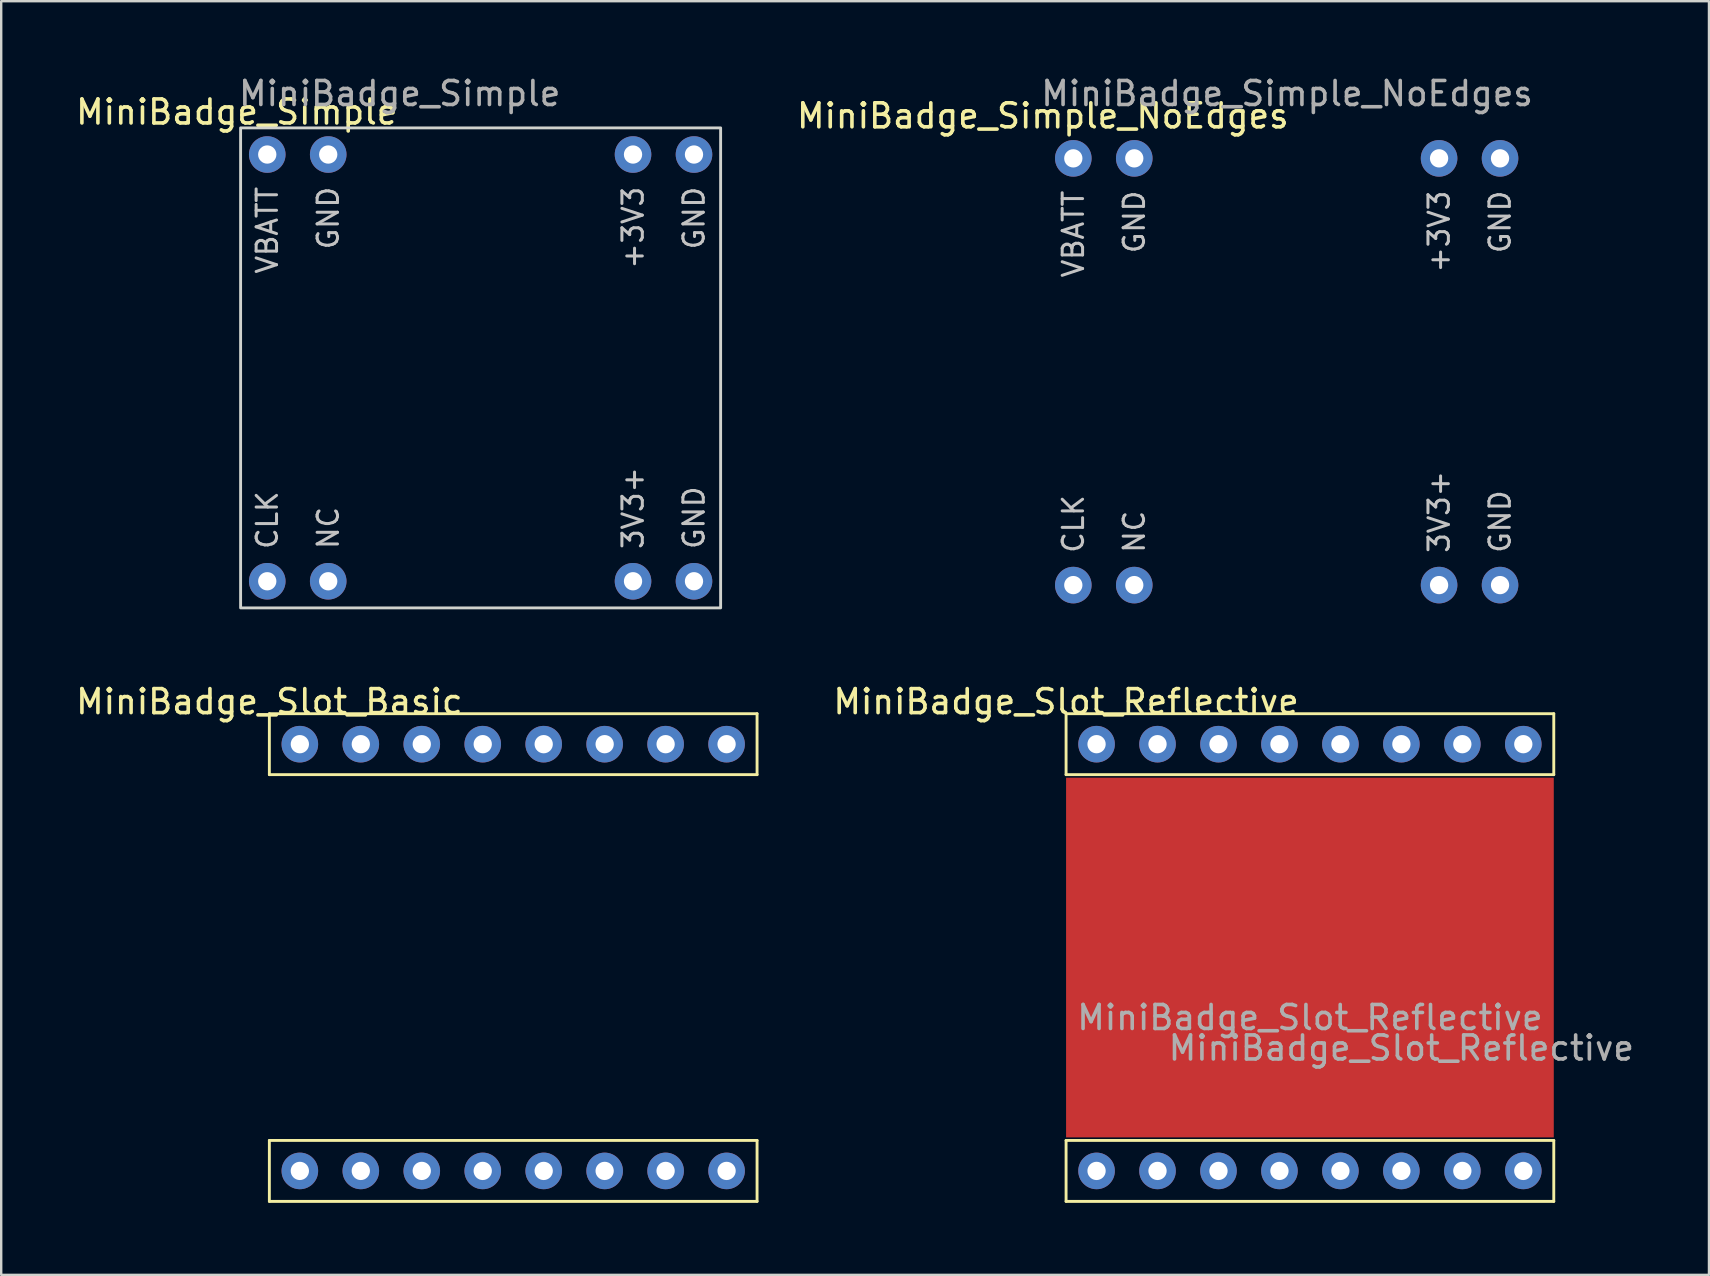
<source format=kicad_pcb>
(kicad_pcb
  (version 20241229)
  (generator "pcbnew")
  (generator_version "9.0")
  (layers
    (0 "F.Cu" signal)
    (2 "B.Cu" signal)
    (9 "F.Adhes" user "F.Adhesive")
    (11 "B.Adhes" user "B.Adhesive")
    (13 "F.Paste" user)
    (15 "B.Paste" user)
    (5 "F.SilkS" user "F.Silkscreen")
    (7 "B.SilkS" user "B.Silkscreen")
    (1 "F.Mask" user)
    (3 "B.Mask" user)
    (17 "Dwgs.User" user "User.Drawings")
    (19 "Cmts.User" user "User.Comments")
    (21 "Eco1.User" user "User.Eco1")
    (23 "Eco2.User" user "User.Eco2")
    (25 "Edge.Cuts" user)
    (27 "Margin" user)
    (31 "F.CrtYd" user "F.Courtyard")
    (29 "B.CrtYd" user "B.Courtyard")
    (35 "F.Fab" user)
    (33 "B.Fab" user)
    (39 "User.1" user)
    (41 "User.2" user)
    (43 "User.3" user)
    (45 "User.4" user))
  (footprint "MiniBadge_Slot_Basic"
    (layer "F.Cu")
    (at 8.173 26.686)
    (property "Reference" "MiniBadge_Slot_Basic" (at 0 -0.5 0) (unlocked yes) (layer "F.SilkS") (effects (font (size 1 1) (thickness 0.15))))
    (attr through_hole)
    (fp_line (start 0 0) (end 0 2.54) (stroke (width 0.12) (type solid)) (layer "F.SilkS"))
    (fp_line (start 0 2.54) (end 20.32 2.54) (stroke (width 0.12) (type solid)) (layer "F.SilkS"))
    (fp_line (start 0 17.78) (end 0 20.32) (stroke (width 0.12) (type solid)) (layer "F.SilkS"))
    (fp_line (start 0 20.32) (end 20.32 20.32) (stroke (width 0.12) (type solid)) (layer "F.SilkS"))
    (fp_line (start 20.32 0) (end 0 0) (stroke (width 0.12) (type solid)) (layer "F.SilkS"))
    (fp_line (start 20.32 2.54) (end 20.32 0) (stroke (width 0.12) (type solid)) (layer "F.SilkS"))
    (fp_line (start 20.32 17.78) (end 0 17.78) (stroke (width 0.12) (type solid)) (layer "F.SilkS"))
    (fp_line (start 20.32 20.32) (end 20.32 17.78) (stroke (width 0.12) (type solid)) (layer "F.SilkS"))
    (pad "1" thru_hole circle (at 1.27 1.27) (size 1.524 1.524) (drill 0.762) (layers "*.Cu" "*.Mask"))
    (pad "2" thru_hole circle (at 3.81 1.27) (size 1.524 1.524) (drill 0.762) (layers "*.Cu" "*.Mask"))
    (pad "3" thru_hole circle (at 6.35 1.27) (size 1.524 1.524) (drill 0.762) (layers "*.Cu" "*.Mask"))
    (pad "4" thru_hole circle (at 8.89 1.27) (size 1.524 1.524) (drill 0.762) (layers "*.Cu" "*.Mask"))
    (pad "5" thru_hole circle (at 11.43 1.27) (size 1.524 1.524) (drill 0.762) (layers "*.Cu" "*.Mask"))
    (pad "6" thru_hole circle (at 13.97 1.27) (size 1.524 1.524) (drill 0.762) (layers "*.Cu" "*.Mask"))
    (pad "7" thru_hole circle (at 16.51 1.27) (size 1.524 1.524) (drill 0.762) (layers "*.Cu" "*.Mask"))
    (pad "8" thru_hole circle (at 19.05 1.27) (size 1.524 1.524) (drill 0.762) (layers "*.Cu" "*.Mask"))
    (pad "9" thru_hole circle (at 1.27 19.05) (size 1.524 1.524) (drill 0.762) (layers "*.Cu" "*.Mask"))
    (pad "10" thru_hole circle (at 3.81 19.05) (size 1.524 1.524) (drill 0.762) (layers "*.Cu" "*.Mask"))
    (pad "11" thru_hole circle (at 6.35 19.05) (size 1.524 1.524) (drill 0.762) (layers "*.Cu" "*.Mask"))
    (pad "12" thru_hole circle (at 8.89 19.05) (size 1.524 1.524) (drill 0.762) (layers "*.Cu" "*.Mask"))
    (pad "13" thru_hole circle (at 11.43 19.05) (size 1.524 1.524) (drill 0.762) (layers "*.Cu" "*.Mask"))
    (pad "14" thru_hole circle (at 13.97 19.05) (size 1.524 1.524) (drill 0.762) (layers "*.Cu" "*.Mask"))
    (pad "15" thru_hole circle (at 16.51 19.05) (size 1.524 1.524) (drill 0.762) (layers "*.Cu" "*.Mask"))
    (pad "16" thru_hole circle (at 19.05 19.05) (size 1.524 1.524) (drill 0.762) (layers "*.Cu" "*.Mask")))
  (footprint "MiniBadge_Simple"
    (layer "F.Cu")
    (at 6.815 2.118)
    (property "Reference" "MiniBadge_Simple" (at 0 -0.5 0) (unlocked yes) (layer "F.SilkS") (effects (font (size 1 1) (thickness 0.15))))
    (attr through_hole)
    (fp_rect (start 20.16 20.16) (end 0.16 0.16) (stroke (width 0.12) (type solid)) (fill no) (layer "Edge.Cuts"))
    (fp_rect (start 20.16 20.16) (end 0.16 0.16) (stroke (width 0.12) (type solid)) (fill no) (layer "Margin"))
    (fp_text user "GND" (at 19.05 2.54 90) (unlocked yes) (layer "Dwgs.User") (effects (font (size 0.85 0.85) (thickness 0.125)) (justify right)))
    (fp_text user "NC" (at 3.81 17.78 90) (unlocked yes) (layer "Dwgs.User") (effects (font (size 0.85 0.85) (thickness 0.125)) (justify left)))
    (fp_text user "CLK" (at 1.27 17.78 90) (unlocked yes) (layer "Dwgs.User") (effects (font (size 0.85 0.85) (thickness 0.125)) (justify left)))
    (fp_text user "GND" (at 3.81 2.54 90) (unlocked yes) (layer "Dwgs.User") (effects (font (size 0.85 0.85) (thickness 0.125)) (justify right)))
    (fp_text user "VBATT" (at 1.27 2.54 90) (unlocked yes) (layer "Dwgs.User") (effects (font (size 0.85 0.85) (thickness 0.125)) (justify right)))
    (fp_text user "3V3+" (at 16.51 17.78 90) (unlocked yes) (layer "Dwgs.User") (effects (font (size 0.85 0.85) (thickness 0.125)) (justify left)))
    (fp_text user "+3V3" (at 16.51 2.54 90) (unlocked yes) (layer "Dwgs.User") (effects (font (size 0.85 0.85) (thickness 0.125)) (justify right)))
    (fp_text user "GND" (at 19.05 17.78 90) (unlocked yes) (layer "Dwgs.User") (effects (font (size 0.85 0.85) (thickness 0.125)) (justify left)))
    (fp_text user "${REFERENCE}" (at 0 -1.27 0) (unlocked yes) (layer "F.Fab") (effects (font (size 1 1) (thickness 0.15)) (justify left)))
    (pad "1" thru_hole circle (at 1.27 1.27) (size 1.524 1.524) (drill 0.762) (layers "*.Cu" "*.Mask"))
    (pad "2" thru_hole circle (at 3.81 1.27) (size 1.524 1.524) (drill 0.762) (layers "*.Cu" "*.Mask"))
    (pad "7" thru_hole circle (at 16.51 1.27) (size 1.524 1.524) (drill 0.762) (layers "*.Cu" "*.Mask"))
    (pad "8" thru_hole circle (at 19.05 1.27) (size 1.524 1.524) (drill 0.762) (layers "*.Cu" "*.Mask"))
    (pad "9" thru_hole circle (at 1.27 19.05) (size 1.524 1.524) (drill 0.762) (layers "*.Cu" "*.Mask"))
    (pad "10" thru_hole circle (at 3.81 19.05) (size 1.524 1.524) (drill 0.762) (layers "*.Cu" "*.Mask"))
    (pad "15" thru_hole circle (at 16.51 19.05) (size 1.524 1.524) (drill 0.762) (layers "*.Cu" "*.Mask"))
    (pad "16" thru_hole circle (at 19.05 19.05) (size 1.524 1.524) (drill 0.762) (layers "*.Cu" "*.Mask")))
  (footprint "MiniBadge_Simple_NoEdges"
    (layer "F.Cu")
    (at 40.399 2.278)
    (property "Reference" "MiniBadge_Simple_NoEdges" (at 0 -0.5 0) (unlocked yes) (layer "F.SilkS") (effects (font (size 1 1) (thickness 0.15))))
    (attr through_hole)
    (fp_text user "GND" (at 3.81 2.54 90) (unlocked yes) (layer "Dwgs.User") (effects (font (size 0.85 0.85) (thickness 0.125)) (justify right)))
    (fp_text user "CLK" (at 1.27 17.78 90) (unlocked yes) (layer "Dwgs.User") (effects (font (size 0.85 0.85) (thickness 0.125)) (justify left)))
    (fp_text user "GND" (at 19.05 17.78 90) (unlocked yes) (layer "Dwgs.User") (effects (font (size 0.85 0.85) (thickness 0.125)) (justify left)))
    (fp_text user "VBATT" (at 1.27 2.54 90) (unlocked yes) (layer "Dwgs.User") (effects (font (size 0.85 0.85) (thickness 0.125)) (justify right)))
    (fp_text user "+3V3" (at 16.51 2.54 90) (unlocked yes) (layer "Dwgs.User") (effects (font (size 0.85 0.85) (thickness 0.125)) (justify right)))
    (fp_text user "GND" (at 19.05 2.54 90) (unlocked yes) (layer "Dwgs.User") (effects (font (size 0.85 0.85) (thickness 0.125)) (justify right)))
    (fp_text user "3V3+" (at 16.51 17.78 90) (unlocked yes) (layer "Dwgs.User") (effects (font (size 0.85 0.85) (thickness 0.125)) (justify left)))
    (fp_text user "NC" (at 3.81 17.78 90) (unlocked yes) (layer "Dwgs.User") (effects (font (size 0.85 0.85) (thickness 0.125)) (justify left)))
    (fp_text user "${REFERENCE}" (at -0.16 -1.43 0) (unlocked yes) (layer "F.Fab") (effects (font (size 1 1) (thickness 0.15)) (justify left)))
    (pad "1" thru_hole circle (at 1.27 1.27) (size 1.524 1.524) (drill 0.762) (layers "*.Cu" "*.Mask"))
    (pad "2" thru_hole circle (at 3.81 1.27) (size 1.524 1.524) (drill 0.762) (layers "*.Cu" "*.Mask"))
    (pad "7" thru_hole circle (at 16.51 1.27) (size 1.524 1.524) (drill 0.762) (layers "*.Cu" "*.Mask"))
    (pad "8" thru_hole circle (at 19.05 1.27) (size 1.524 1.524) (drill 0.762) (layers "*.Cu" "*.Mask"))
    (pad "9" thru_hole circle (at 1.27 19.05) (size 1.524 1.524) (drill 0.762) (layers "*.Cu" "*.Mask"))
    (pad "10" thru_hole circle (at 3.81 19.05) (size 1.524 1.524) (drill 0.762) (layers "*.Cu" "*.Mask"))
    (pad "15" thru_hole circle (at 16.51 19.05) (size 1.524 1.524) (drill 0.762) (layers "*.Cu" "*.Mask"))
    (pad "16" thru_hole circle (at 19.05 19.05) (size 1.524 1.524) (drill 0.762) (layers "*.Cu" "*.Mask")))
  (footprint "MiniBadge_Slot_Reflective"
    (layer "F.Cu")
    (at 41.368 26.686)
    (property "Reference" "MiniBadge_Slot_Reflective" (at 0 -0.5 0) (unlocked yes) (layer "F.SilkS") (effects (font (size 1 1) (thickness 0.15))))
    (attr through_hole)
    (fp_rect (start 0 2.667) (end 20.32 17.653) (stroke (width 0) (type solid)) (fill yes) (layer "F.Cu"))
    (fp_rect (start 0 2.667) (end 20.32 17.653) (stroke (width 0) (type solid)) (fill yes) (layer "F.Mask"))
    (fp_line (start 0 0) (end 0 2.54) (stroke (width 0.12) (type solid)) (layer "F.SilkS"))
    (fp_line (start 0 2.54) (end 20.32 2.54) (stroke (width 0.12) (type solid)) (layer "F.SilkS"))
    (fp_line (start 0 17.78) (end 0 20.32) (stroke (width 0.12) (type solid)) (layer "F.SilkS"))
    (fp_line (start 0 20.32) (end 20.32 20.32) (stroke (width 0.12) (type solid)) (layer "F.SilkS"))
    (fp_line (start 20.32 0) (end 0 0) (stroke (width 0.12) (type solid)) (layer "F.SilkS"))
    (fp_line (start 20.32 2.54) (end 20.32 0) (stroke (width 0.12) (type solid)) (layer "F.SilkS"))
    (fp_line (start 20.32 17.78) (end 0 17.78) (stroke (width 0.12) (type solid)) (layer "F.SilkS"))
    (fp_line (start 20.32 20.32) (end 20.32 17.78) (stroke (width 0.12) (type solid)) (layer "F.SilkS"))
    (fp_text user "${REFERENCE}" (at 10.16 12.66 0) (unlocked yes) (layer "F.Fab") (effects (font (size 1 1) (thickness 0.15))))
    (fp_text user "${REFERENCE}" (at 13.97 13.93 0) (unlocked yes) (layer "F.Fab") (effects (font (size 1 1) (thickness 0.15))))
    (pad "1" thru_hole circle (at 1.27 1.27) (size 1.524 1.524) (drill 0.762) (layers "*.Cu" "*.Mask"))
    (pad "2" thru_hole circle (at 3.81 1.27) (size 1.524 1.524) (drill 0.762) (layers "*.Cu" "*.Mask"))
    (pad "3" thru_hole circle (at 6.35 1.27) (size 1.524 1.524) (drill 0.762) (layers "*.Cu" "*.Mask"))
    (pad "4" thru_hole circle (at 8.89 1.27) (size 1.524 1.524) (drill 0.762) (layers "*.Cu" "*.Mask"))
    (pad "5" thru_hole circle (at 11.43 1.27) (size 1.524 1.524) (drill 0.762) (layers "*.Cu" "*.Mask"))
    (pad "6" thru_hole circle (at 13.97 1.27) (size 1.524 1.524) (drill 0.762) (layers "*.Cu" "*.Mask"))
    (pad "7" thru_hole circle (at 16.51 1.27) (size 1.524 1.524) (drill 0.762) (layers "*.Cu" "*.Mask"))
    (pad "8" thru_hole circle (at 19.05 1.27) (size 1.524 1.524) (drill 0.762) (layers "*.Cu" "*.Mask"))
    (pad "9" thru_hole circle (at 1.27 19.05) (size 1.524 1.524) (drill 0.762) (layers "*.Cu" "*.Mask"))
    (pad "10" thru_hole circle (at 3.81 19.05) (size 1.524 1.524) (drill 0.762) (layers "*.Cu" "*.Mask"))
    (pad "11" thru_hole circle (at 6.35 19.05) (size 1.524 1.524) (drill 0.762) (layers "*.Cu" "*.Mask"))
    (pad "12" thru_hole circle (at 8.89 19.05) (size 1.524 1.524) (drill 0.762) (layers "*.Cu" "*.Mask"))
    (pad "13" thru_hole circle (at 11.43 19.05) (size 1.524 1.524) (drill 0.762) (layers "*.Cu" "*.Mask"))
    (pad "14" thru_hole circle (at 13.97 19.05) (size 1.524 1.524) (drill 0.762) (layers "*.Cu" "*.Mask"))
    (pad "15" thru_hole circle (at 16.51 19.05) (size 1.524 1.524) (drill 0.762) (layers "*.Cu" "*.Mask"))
    (pad "16" thru_hole circle (at 19.05 19.05) (size 1.524 1.524) (drill 0.762) (layers "*.Cu" "*.Mask")))
  (gr_rect
    (start -3 -3)
    (end 68.154 50.066)
    (stroke (width 0.1) (type default))
    (fill no)
    (layer "Edge.Cuts")))
</source>
